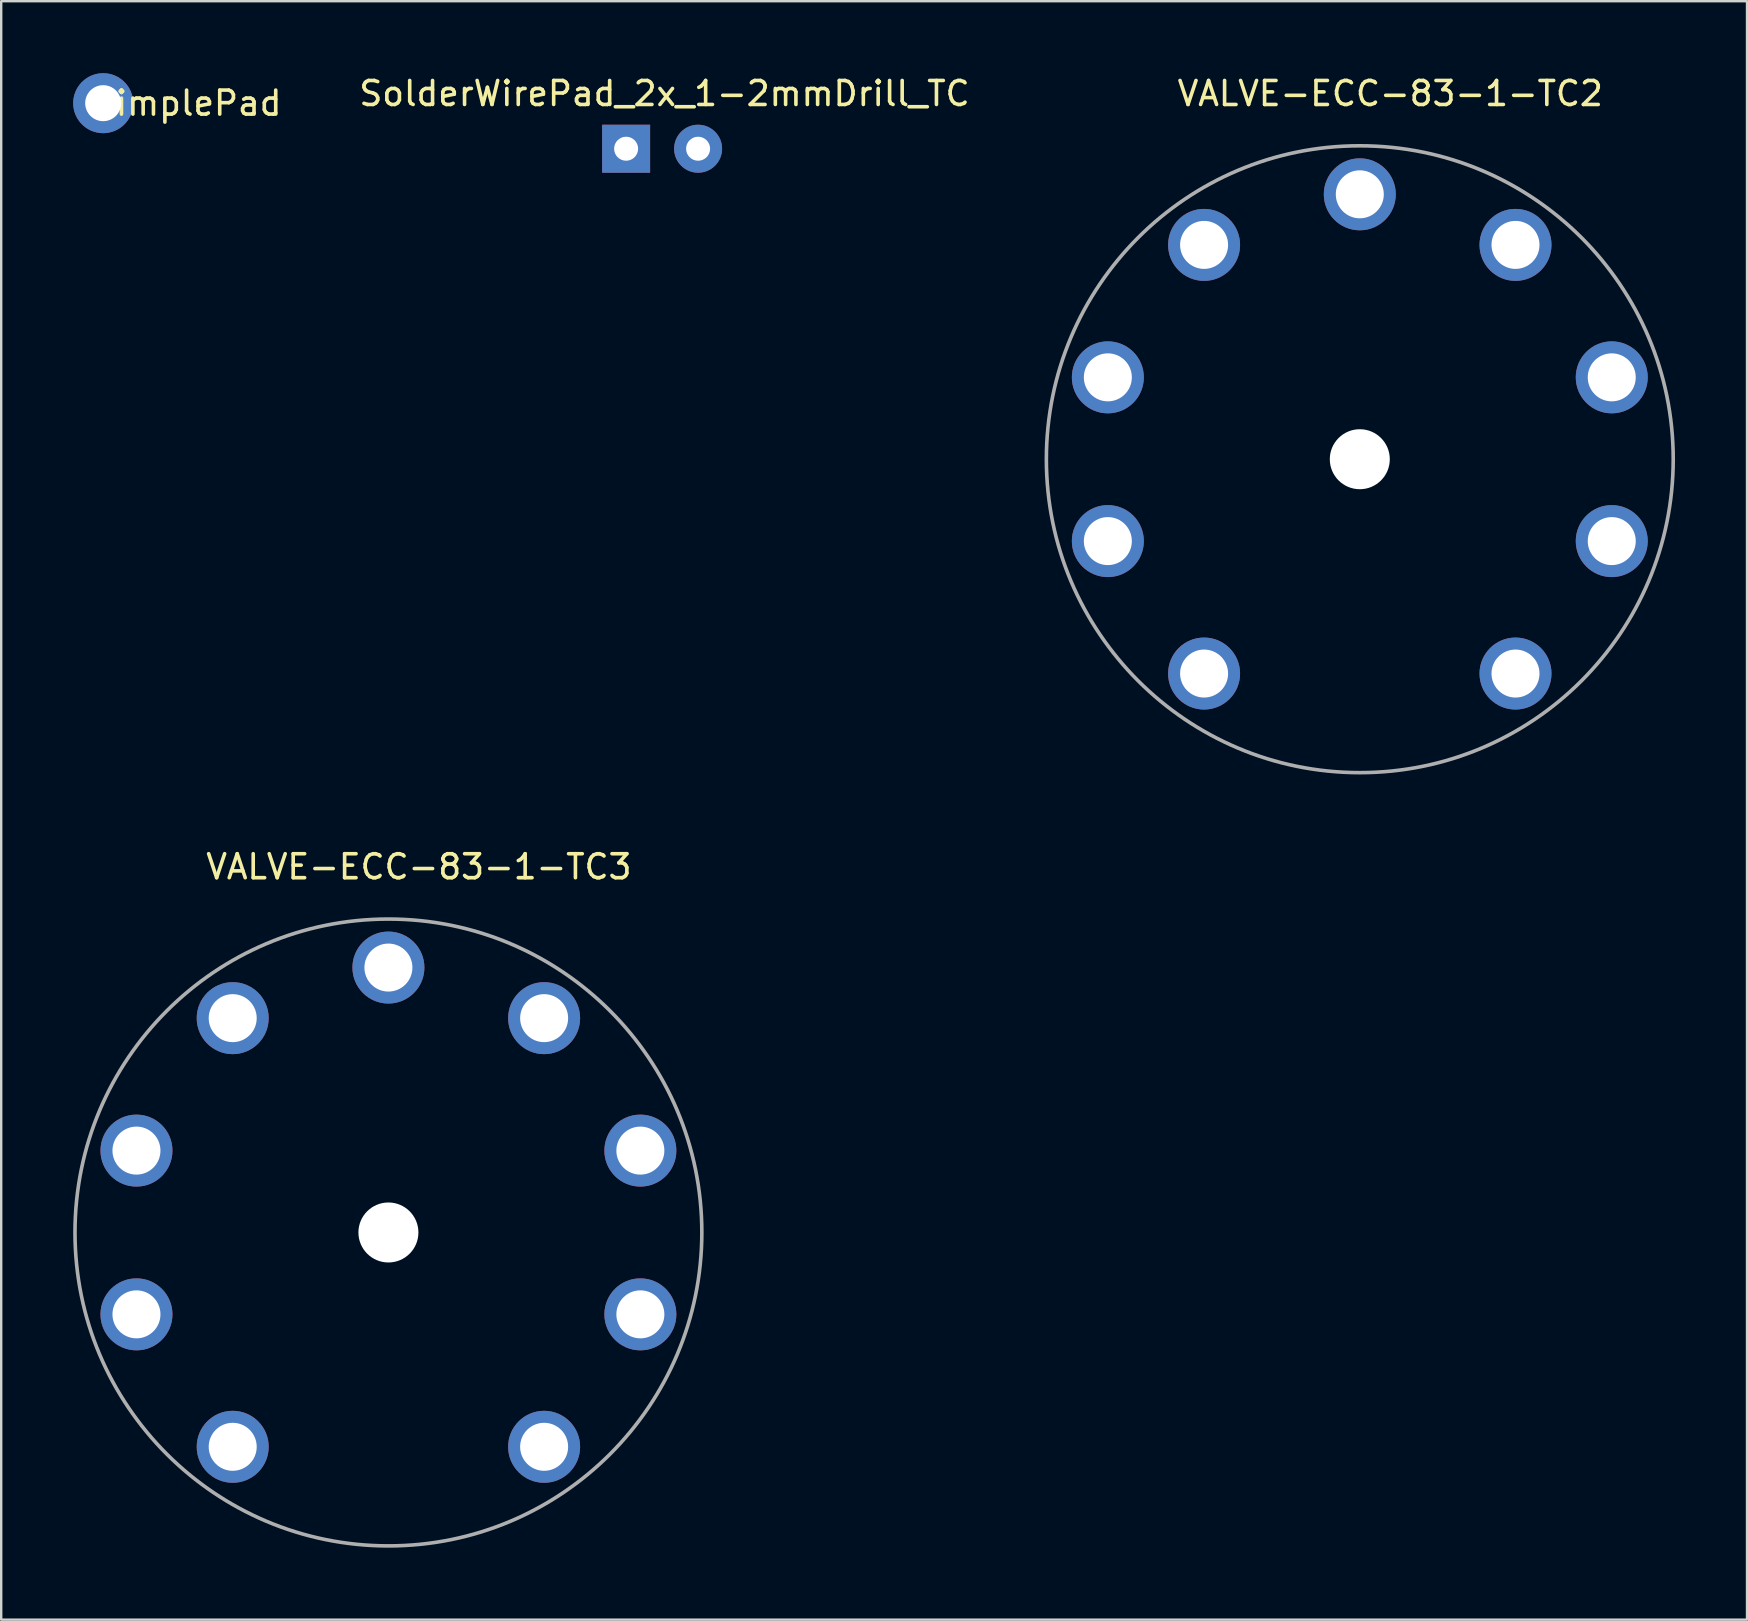
<source format=kicad_pcb>
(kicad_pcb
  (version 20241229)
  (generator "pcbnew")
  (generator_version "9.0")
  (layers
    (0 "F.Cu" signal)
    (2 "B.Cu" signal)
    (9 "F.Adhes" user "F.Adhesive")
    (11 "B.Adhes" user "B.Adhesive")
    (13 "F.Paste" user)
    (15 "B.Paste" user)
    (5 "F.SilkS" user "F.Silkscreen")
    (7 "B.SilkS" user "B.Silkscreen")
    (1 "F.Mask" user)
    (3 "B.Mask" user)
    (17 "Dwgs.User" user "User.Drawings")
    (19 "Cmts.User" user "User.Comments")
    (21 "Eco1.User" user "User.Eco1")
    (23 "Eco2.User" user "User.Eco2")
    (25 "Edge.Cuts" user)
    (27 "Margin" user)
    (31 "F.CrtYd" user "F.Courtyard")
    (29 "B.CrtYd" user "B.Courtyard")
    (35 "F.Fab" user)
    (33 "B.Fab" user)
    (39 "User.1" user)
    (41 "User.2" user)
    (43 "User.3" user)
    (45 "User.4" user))
  (footprint "SolderWirePad_2x_1-2mmDrill_TC"
    (layer "F.Cu")
    (at 24.543 3.148)
    (property "Reference" "SolderWirePad_2x_1-2mmDrill_TC" (at 0.1 -2.3 0) (layer "F.SilkS") (effects (font (size 1 1) (thickness 0.15))))
    (attr through_hole)
    (pad "1" thru_hole rect (at -1.5 0) (size 2 2) (drill 1) (layers "*.Cu" "*.Mask"))
    (pad "2" thru_hole circle (at 1.5 0) (size 2 2) (drill 1) (layers "*.Cu" "*.Mask")))
  (footprint "VALVE-ECC-83-1-TC2"
    (layer "F.Cu")
    (at 53.619 16.088)
    (property "Reference" "VALVE-ECC-83-1-TC2" (at 1.27 -15.24 0) (layer "F.SilkS") (effects (font (size 1 1) (thickness 0.15))))
    (attr through_hole)
    (fp_circle (center 0 0) (end 13 1.27) (stroke (width 0.15) (type solid)) (fill no) (layer "F.Fab"))
    (pad "" np_thru_hole circle (at 0 0) (size 2.5 2.5) (drill 2.5) (layers "*.Cu" "*.Mask"))
    (pad "1" thru_hole circle (at 6.489 8.932) (size 3 3) (drill 2) (layers "*.Cu" "*.Mask"))
    (pad "2" thru_hole circle (at 10.5 3.412) (size 3 3) (drill 2) (layers "*.Cu" "*.Mask"))
    (pad "3" thru_hole circle (at 10.5 -3.412) (size 3 3) (drill 2) (layers "*.Cu" "*.Mask"))
    (pad "4" thru_hole circle (at 6.489 -8.932) (size 3 3) (drill 2) (layers "*.Cu" "*.Mask"))
    (pad "5" thru_hole circle (at 0 -11.04) (size 3 3) (drill 2) (layers "*.Cu" "*.Mask"))
    (pad "6" thru_hole circle (at -6.489 -8.932) (size 3 3) (drill 2) (layers "*.Cu" "*.Mask"))
    (pad "7" thru_hole circle (at -10.5 -3.412) (size 3 3) (drill 2) (layers "*.Cu" "*.Mask"))
    (pad "8" thru_hole circle (at -10.5 3.412) (size 3 3) (drill 2) (layers "*.Cu" "*.Mask"))
    (pad "9" thru_hole circle (at -6.489 8.932) (size 3 3) (drill 2) (layers "*.Cu" "*.Mask")))
  (footprint "SimplePad"
    (layer "F.Cu")
    (at 1.25 1.25)
    (property "Reference" "SimplePad" (at 3.5 0 0) (layer "F.SilkS") (effects (font (size 1 1) (thickness 0.15))))
    (attr through_hole)
    (pad "1" thru_hole circle (at 0 0) (size 2.5 2.5) (drill 1.5) (layers "*.Cu" "*.Mask")))
  (footprint "VALVE-ECC-83-1-TC3"
    (layer "F.Cu")
    (at 13.137 48.313)
    (property "Reference" "VALVE-ECC-83-1-TC3" (at 1.27 -15.24 0) (layer "F.SilkS") (effects (font (size 1 1) (thickness 0.15))))
    (attr through_hole)
    (fp_circle (center 0 0) (end 13 1.27) (stroke (width 0.15) (type solid)) (fill no) (layer "F.Fab"))
    (pad "" np_thru_hole circle (at 0 0) (size 2.5 2.5) (drill 2.5) (layers "*.Cu" "*.Mask"))
    (pad "1" thru_hole circle (at 6.489 8.932) (size 3 3) (drill 2) (layers "*.Cu" "*.Mask"))
    (pad "2" thru_hole circle (at 10.5 3.412) (size 3 3) (drill 2) (layers "*.Cu" "*.Mask"))
    (pad "3" thru_hole circle (at 10.5 -3.412) (size 3 3) (drill 2) (layers "*.Cu" "*.Mask"))
    (pad "4" thru_hole circle (at 6.489 -8.932) (size 3 3) (drill 2) (layers "*.Cu" "*.Mask"))
    (pad "5" thru_hole circle (at 0 -11.04) (size 3 3) (drill 2) (layers "*.Cu" "*.Mask"))
    (pad "6" thru_hole circle (at -6.489 -8.932) (size 3 3) (drill 2) (layers "*.Cu" "*.Mask"))
    (pad "7" thru_hole circle (at -10.5 -3.412) (size 3 3) (drill 2) (layers "*.Cu" "*.Mask"))
    (pad "8" thru_hole circle (at -10.5 3.412) (size 3 3) (drill 2) (layers "*.Cu" "*.Mask"))
    (pad "9" thru_hole circle (at -6.489 8.932) (size 3 3) (drill 2) (layers "*.Cu" "*.Mask")))
  (gr_rect
    (start -3 -3)
    (end 69.756 64.45)
    (stroke (width 0.1) (type default))
    (fill no)
    (layer "Edge.Cuts")))
</source>
